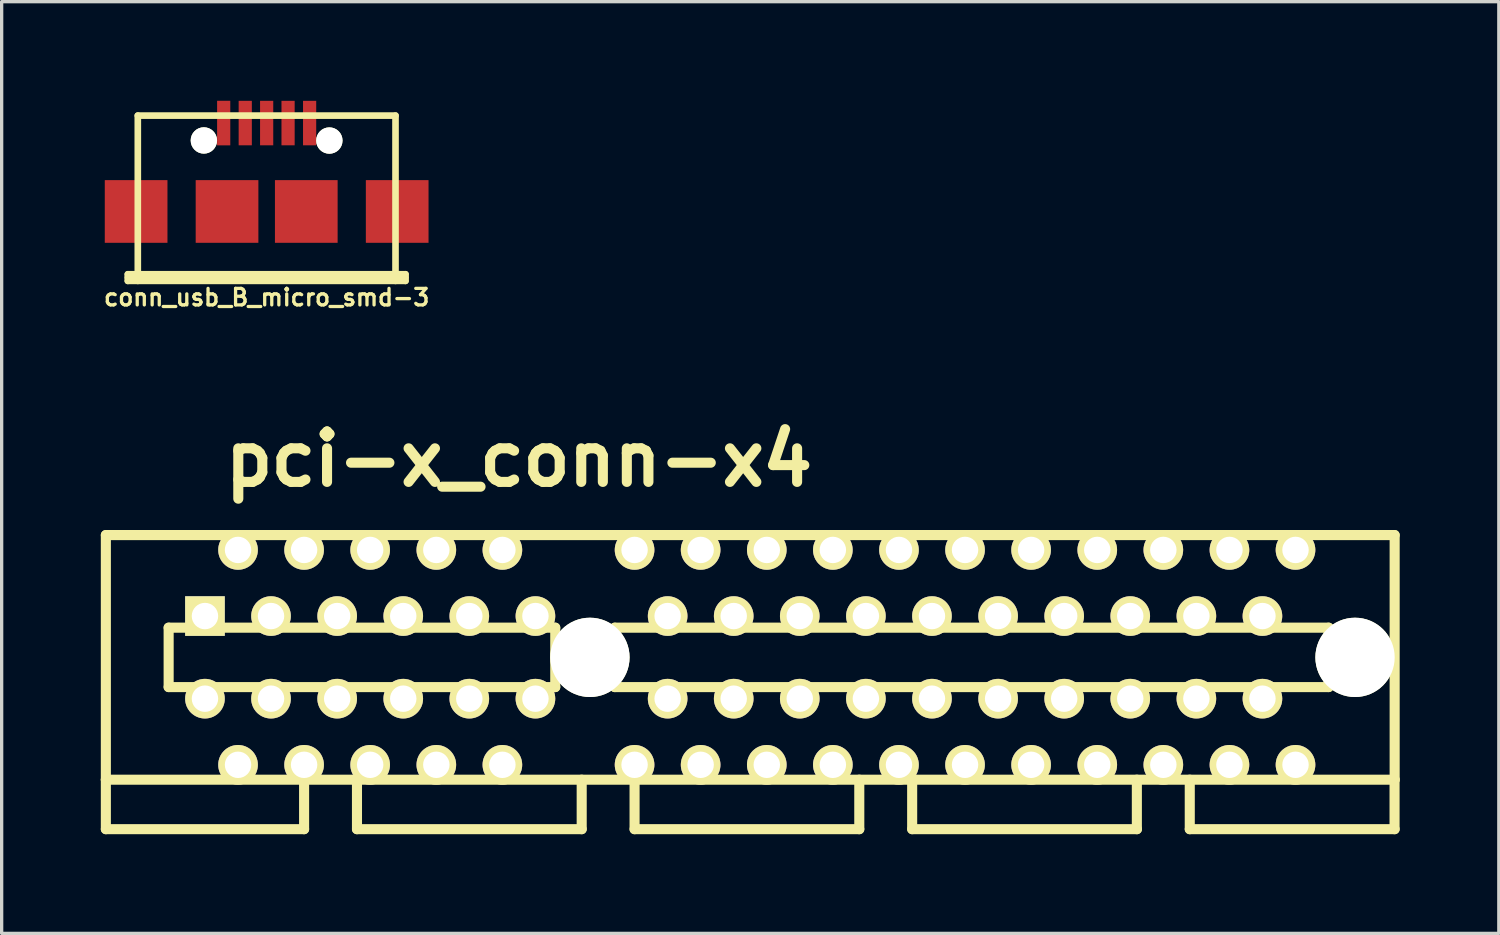
<source format=kicad_pcb>
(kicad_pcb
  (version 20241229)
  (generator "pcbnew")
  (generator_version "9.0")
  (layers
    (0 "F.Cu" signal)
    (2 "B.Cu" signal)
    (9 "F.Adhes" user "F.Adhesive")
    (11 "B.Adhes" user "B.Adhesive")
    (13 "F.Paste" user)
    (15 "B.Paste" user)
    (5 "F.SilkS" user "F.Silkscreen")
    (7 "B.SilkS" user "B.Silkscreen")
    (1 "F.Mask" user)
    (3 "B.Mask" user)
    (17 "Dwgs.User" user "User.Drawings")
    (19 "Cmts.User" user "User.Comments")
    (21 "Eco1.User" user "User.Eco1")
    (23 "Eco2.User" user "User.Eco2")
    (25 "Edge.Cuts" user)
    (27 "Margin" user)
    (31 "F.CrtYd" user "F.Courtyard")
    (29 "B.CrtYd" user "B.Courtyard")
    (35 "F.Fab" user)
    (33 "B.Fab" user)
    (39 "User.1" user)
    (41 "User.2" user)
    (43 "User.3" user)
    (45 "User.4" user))
  (footprint "pci-x_conn-x4"
    (layer "F.Cu")
    (at 12.652 16.842)
    (property "Reference" "pci-x_conn-x4" (at 0 -5.999 0) (layer "F.SilkS") (effects (font (size 1.524 1.524) (thickness 0.305))))
    (attr through_hole)
    (fp_line (start -12.499 -3.701) (end -12.499 3.701) (stroke (width 0.305) (type solid)) (layer "F.SilkS"))
    (fp_line (start -12.499 -3.701) (end 26.5 -3.701) (stroke (width 0.305) (type solid)) (layer "F.SilkS"))
    (fp_line (start -12.499 3.701) (end -12.499 5.199) (stroke (width 0.305) (type solid)) (layer "F.SilkS"))
    (fp_line (start -10.599 -0.899) (end -10.599 0.899) (stroke (width 0.305) (type solid)) (layer "F.SilkS"))
    (fp_line (start -10.599 -0.899) (end 1.1 -0.899) (stroke (width 0.305) (type solid)) (layer "F.SilkS"))
    (fp_line (start -6.5 5.199) (end -12.499 5.199) (stroke (width 0.305) (type solid)) (layer "F.SilkS"))
    (fp_line (start -6.5 5.199) (end -6.5 3.701) (stroke (width 0.305) (type solid)) (layer "F.SilkS"))
    (fp_line (start -4.9 3.701) (end -4.9 5.199) (stroke (width 0.305) (type solid)) (layer "F.SilkS"))
    (fp_line (start -4.9 5.199) (end 1.9 5.199) (stroke (width 0.305) (type solid)) (layer "F.SilkS"))
    (fp_line (start 1.1 0.899) (end -10.599 0.899) (stroke (width 0.305) (type solid)) (layer "F.SilkS"))
    (fp_line (start 1.1 0.899) (end 1.1 -0.899) (stroke (width 0.305) (type solid)) (layer "F.SilkS"))
    (fp_line (start 1.9 5.199) (end 1.9 3.701) (stroke (width 0.305) (type solid)) (layer "F.SilkS"))
    (fp_line (start 2.901 0.899) (end 2.901 -0.899) (stroke (width 0.305) (type solid)) (layer "F.SilkS"))
    (fp_line (start 2.901 0.899) (end 24.501 0.899) (stroke (width 0.305) (type solid)) (layer "F.SilkS"))
    (fp_line (start 3.5 3.701) (end 3.5 5.199) (stroke (width 0.305) (type solid)) (layer "F.SilkS"))
    (fp_line (start 3.5 5.199) (end 10.3 5.199) (stroke (width 0.305) (type solid)) (layer "F.SilkS"))
    (fp_line (start 10.3 5.199) (end 10.3 3.701) (stroke (width 0.305) (type solid)) (layer "F.SilkS"))
    (fp_line (start 11.9 5.199) (end 11.9 3.701) (stroke (width 0.305) (type solid)) (layer "F.SilkS"))
    (fp_line (start 11.902 5.199) (end 18.702 5.199) (stroke (width 0.305) (type solid)) (layer "F.SilkS"))
    (fp_line (start 18.699 5.199) (end 18.699 3.701) (stroke (width 0.305) (type solid)) (layer "F.SilkS"))
    (fp_line (start 20.3 5.199) (end 20.3 3.701) (stroke (width 0.305) (type solid)) (layer "F.SilkS"))
    (fp_line (start 24.501 -0.899) (end 2.901 -0.899) (stroke (width 0.305) (type solid)) (layer "F.SilkS"))
    (fp_line (start 24.503 -0.899) (end 24.503 0.899) (stroke (width 0.305) (type solid)) (layer "F.SilkS"))
    (fp_line (start 26.497 5.199) (end 26.497 3.701) (stroke (width 0.305) (type solid)) (layer "F.SilkS"))
    (fp_line (start 26.5 3.701) (end -12.499 3.701) (stroke (width 0.305) (type solid)) (layer "F.SilkS"))
    (fp_line (start 26.5 3.701) (end 26.5 -3.701) (stroke (width 0.305) (type solid)) (layer "F.SilkS"))
    (fp_line (start 26.5 5.199) (end 20.3 5.199) (stroke (width 0.305) (type solid)) (layer "F.SilkS"))
    (pad "" np_thru_hole circle (at 2.149 0) (size 2.4 2.4) (drill 2.4) (layers "*.Cu" "F.SilkS"))
    (pad "" np_thru_hole circle (at 25.301 0) (size 2.4 2.4) (drill 2.4) (layers "*.Cu" "F.SilkS"))
    (pad "A1" thru_hole rect (at -9.5 -1.25) (size 1.199 1.199) (drill 0.8) (layers "*.Cu" "*.Mask" "F.SilkS"))
    (pad "A2" thru_hole circle (at -8.499 -3.251) (size 1.199 1.199) (drill 0.8) (layers "*.Cu" "*.Mask" "F.SilkS"))
    (pad "A3" thru_hole circle (at -7.501 -1.25) (size 1.199 1.199) (drill 0.8) (layers "*.Cu" "*.Mask" "F.SilkS"))
    (pad "A4" thru_hole circle (at -6.5 -3.251) (size 1.199 1.199) (drill 0.8) (layers "*.Cu" "*.Mask" "F.SilkS"))
    (pad "A5" thru_hole circle (at -5.499 -1.25) (size 1.199 1.199) (drill 0.8) (layers "*.Cu" "*.Mask" "F.SilkS"))
    (pad "A6" thru_hole circle (at -4.501 -3.251) (size 1.199 1.199) (drill 0.8) (layers "*.Cu" "*.Mask" "F.SilkS"))
    (pad "A7" thru_hole circle (at -3.5 -1.25) (size 1.199 1.199) (drill 0.8) (layers "*.Cu" "*.Mask" "F.SilkS"))
    (pad "A8" thru_hole circle (at -2.499 -3.251) (size 1.199 1.199) (drill 0.8) (layers "*.Cu" "*.Mask" "F.SilkS"))
    (pad "A9" thru_hole circle (at -1.501 -1.25) (size 1.199 1.199) (drill 0.8) (layers "*.Cu" "*.Mask" "F.SilkS"))
    (pad "A10" thru_hole circle (at -0.5 -3.251) (size 1.199 1.199) (drill 0.8) (layers "*.Cu" "*.Mask" "F.SilkS"))
    (pad "A11" thru_hole circle (at 0.5 -1.25) (size 1.199 1.199) (drill 0.8) (layers "*.Cu" "*.Mask" "F.SilkS"))
    (pad "A12" thru_hole circle (at 3.5 -3.251) (size 1.199 1.199) (drill 0.8) (layers "*.Cu" "*.Mask" "F.SilkS"))
    (pad "A13" thru_hole circle (at 4.501 -1.25) (size 1.199 1.199) (drill 0.8) (layers "*.Cu" "*.Mask" "F.SilkS"))
    (pad "A14" thru_hole circle (at 5.499 -3.251) (size 1.199 1.199) (drill 0.8) (layers "*.Cu" "*.Mask" "F.SilkS"))
    (pad "A15" thru_hole circle (at 6.5 -1.25) (size 1.199 1.199) (drill 0.8) (layers "*.Cu" "*.Mask" "F.SilkS"))
    (pad "A16" thru_hole circle (at 7.501 -3.251) (size 1.199 1.199) (drill 0.8) (layers "*.Cu" "*.Mask" "F.SilkS"))
    (pad "A17" thru_hole circle (at 8.499 -1.25) (size 1.199 1.199) (drill 0.8) (layers "*.Cu" "*.Mask" "F.SilkS"))
    (pad "A18" thru_hole circle (at 9.5 -3.251) (size 1.199 1.199) (drill 0.8) (layers "*.Cu" "*.Mask" "F.SilkS"))
    (pad "A19" thru_hole circle (at 10.5 -1.25) (size 1.199 1.199) (drill 0.8) (layers "*.Cu" "*.Mask" "F.SilkS"))
    (pad "A20" thru_hole circle (at 11.501 -3.251) (size 1.199 1.199) (drill 0.8) (layers "*.Cu" "*.Mask" "F.SilkS"))
    (pad "A21" thru_hole circle (at 12.499 -1.25) (size 1.199 1.199) (drill 0.8) (layers "*.Cu" "*.Mask" "F.SilkS"))
    (pad "A22" thru_hole circle (at 13.5 -3.251) (size 1.199 1.199) (drill 0.8) (layers "*.Cu" "*.Mask" "F.SilkS"))
    (pad "A23" thru_hole circle (at 14.501 -1.25) (size 1.199 1.199) (drill 0.8) (layers "*.Cu" "*.Mask" "F.SilkS"))
    (pad "A24" thru_hole circle (at 15.499 -3.251) (size 1.199 1.199) (drill 0.8) (layers "*.Cu" "*.Mask" "F.SilkS"))
    (pad "A25" thru_hole circle (at 16.5 -1.25) (size 1.199 1.199) (drill 0.8) (layers "*.Cu" "*.Mask" "F.SilkS"))
    (pad "A26" thru_hole circle (at 17.501 -3.251) (size 1.199 1.199) (drill 0.8) (layers "*.Cu" "*.Mask" "F.SilkS"))
    (pad "A27" thru_hole circle (at 18.499 -1.25) (size 1.199 1.199) (drill 0.8) (layers "*.Cu" "*.Mask" "F.SilkS"))
    (pad "A28" thru_hole circle (at 19.5 -3.251) (size 1.199 1.199) (drill 0.8) (layers "*.Cu" "*.Mask" "F.SilkS"))
    (pad "A29" thru_hole circle (at 20.5 -1.25) (size 1.199 1.199) (drill 0.8) (layers "*.Cu" "*.Mask" "F.SilkS"))
    (pad "A30" thru_hole circle (at 21.501 -3.251) (size 1.199 1.199) (drill 0.8) (layers "*.Cu" "*.Mask" "F.SilkS"))
    (pad "A31" thru_hole circle (at 22.499 -1.25) (size 1.199 1.199) (drill 0.8) (layers "*.Cu" "*.Mask" "F.SilkS"))
    (pad "A32" thru_hole circle (at 23.5 -3.251) (size 1.199 1.199) (drill 0.8) (layers "*.Cu" "*.Mask" "F.SilkS"))
    (pad "B1" thru_hole circle (at -9.5 1.25) (size 1.199 1.199) (drill 0.8) (layers "*.Cu" "*.Mask" "F.SilkS"))
    (pad "B2" thru_hole circle (at -8.499 3.251) (size 1.199 1.199) (drill 0.8) (layers "*.Cu" "*.Mask" "F.SilkS"))
    (pad "B3" thru_hole circle (at -7.501 1.25) (size 1.199 1.199) (drill 0.8) (layers "*.Cu" "*.Mask" "F.SilkS"))
    (pad "B4" thru_hole circle (at -6.5 3.251) (size 1.199 1.199) (drill 0.8) (layers "*.Cu" "*.Mask" "F.SilkS"))
    (pad "B5" thru_hole circle (at -5.499 1.25) (size 1.199 1.199) (drill 0.8) (layers "*.Cu" "*.Mask" "F.SilkS"))
    (pad "B6" thru_hole circle (at -4.501 3.251) (size 1.199 1.199) (drill 0.8) (layers "*.Cu" "*.Mask" "F.SilkS"))
    (pad "B7" thru_hole circle (at -3.5 1.25) (size 1.199 1.199) (drill 0.8) (layers "*.Cu" "*.Mask" "F.SilkS"))
    (pad "B8" thru_hole circle (at -2.499 3.251) (size 1.199 1.199) (drill 0.8) (layers "*.Cu" "*.Mask" "F.SilkS"))
    (pad "B9" thru_hole circle (at -1.501 1.25) (size 1.199 1.199) (drill 0.8) (layers "*.Cu" "*.Mask" "F.SilkS"))
    (pad "B10" thru_hole circle (at -0.5 3.251) (size 1.199 1.199) (drill 0.8) (layers "*.Cu" "*.Mask" "F.SilkS"))
    (pad "B11" thru_hole circle (at 0.5 1.25) (size 1.199 1.199) (drill 0.8) (layers "*.Cu" "*.Mask" "F.SilkS"))
    (pad "B12" thru_hole circle (at 3.5 3.251) (size 1.199 1.199) (drill 0.8) (layers "*.Cu" "*.Mask" "F.SilkS"))
    (pad "B13" thru_hole circle (at 4.501 1.25) (size 1.199 1.199) (drill 0.8) (layers "*.Cu" "*.Mask" "F.SilkS"))
    (pad "B14" thru_hole circle (at 5.499 3.251) (size 1.199 1.199) (drill 0.8) (layers "*.Cu" "*.Mask" "F.SilkS"))
    (pad "B15" thru_hole circle (at 6.5 1.25) (size 1.199 1.199) (drill 0.8) (layers "*.Cu" "*.Mask" "F.SilkS"))
    (pad "B16" thru_hole circle (at 7.501 3.251) (size 1.199 1.199) (drill 0.8) (layers "*.Cu" "*.Mask" "F.SilkS"))
    (pad "B17" thru_hole circle (at 8.499 1.25) (size 1.199 1.199) (drill 0.8) (layers "*.Cu" "*.Mask" "F.SilkS"))
    (pad "B18" thru_hole circle (at 9.5 3.251) (size 1.199 1.199) (drill 0.8) (layers "*.Cu" "*.Mask" "F.SilkS"))
    (pad "B19" thru_hole circle (at 10.5 1.25) (size 1.199 1.199) (drill 0.8) (layers "*.Cu" "*.Mask" "F.SilkS"))
    (pad "B20" thru_hole circle (at 11.501 3.251) (size 1.199 1.199) (drill 0.8) (layers "*.Cu" "*.Mask" "F.SilkS"))
    (pad "B21" thru_hole circle (at 12.499 1.25) (size 1.199 1.199) (drill 0.8) (layers "*.Cu" "*.Mask" "F.SilkS"))
    (pad "B22" thru_hole circle (at 13.5 3.251) (size 1.199 1.199) (drill 0.8) (layers "*.Cu" "*.Mask" "F.SilkS"))
    (pad "B23" thru_hole circle (at 14.501 1.25) (size 1.199 1.199) (drill 0.8) (layers "*.Cu" "*.Mask" "F.SilkS"))
    (pad "B24" thru_hole circle (at 15.499 3.251) (size 1.199 1.199) (drill 0.8) (layers "*.Cu" "*.Mask" "F.SilkS"))
    (pad "B25" thru_hole circle (at 16.5 1.25) (size 1.199 1.199) (drill 0.8) (layers "*.Cu" "*.Mask" "F.SilkS"))
    (pad "B26" thru_hole circle (at 17.501 3.251) (size 1.199 1.199) (drill 0.8) (layers "*.Cu" "*.Mask" "F.SilkS"))
    (pad "B27" thru_hole circle (at 18.499 1.25) (size 1.199 1.199) (drill 0.8) (layers "*.Cu" "*.Mask" "F.SilkS"))
    (pad "B28" thru_hole circle (at 19.5 3.251) (size 1.199 1.199) (drill 0.8) (layers "*.Cu" "*.Mask" "F.SilkS"))
    (pad "B29" thru_hole circle (at 20.5 1.25) (size 1.199 1.199) (drill 0.8) (layers "*.Cu" "*.Mask" "F.SilkS"))
    (pad "B30" thru_hole circle (at 21.501 3.251) (size 1.199 1.199) (drill 0.8) (layers "*.Cu" "*.Mask" "F.SilkS"))
    (pad "B31" thru_hole circle (at 22.499 1.25) (size 1.199 1.199) (drill 0.8) (layers "*.Cu" "*.Mask" "F.SilkS"))
    (pad "B32" thru_hole circle (at 23.5 3.251) (size 1.199 1.199) (drill 0.8) (layers "*.Cu" "*.Mask" "F.SilkS")))
  (footprint "conn_usb_B_micro_smd-3"
    (layer "F.Cu")
    (at 5.019 3.349)
    (property "Reference" "conn_usb_B_micro_smd-3" (at 0 2.601 0) (layer "F.SilkS") (effects (font (size 0.5 0.5) (thickness 0.099))))
    (attr smd)
    (fp_line (start -4.201 1.9) (end -4.201 2.101) (stroke (width 0.201) (type solid)) (layer "F.SilkS"))
    (fp_line (start -4.201 1.999) (end 4.201 1.999) (stroke (width 0.201) (type solid)) (layer "F.SilkS"))
    (fp_line (start -4.201 2.101) (end 4.201 2.101) (stroke (width 0.201) (type solid)) (layer "F.SilkS"))
    (fp_line (start -3.899 -2.901) (end 3.899 -2.901) (stroke (width 0.201) (type solid)) (layer "F.SilkS"))
    (fp_line (start -3.899 2.101) (end -3.899 -2.901) (stroke (width 0.201) (type solid)) (layer "F.SilkS"))
    (fp_line (start 3.899 -2.901) (end 3.899 2.101) (stroke (width 0.201) (type solid)) (layer "F.SilkS"))
    (fp_line (start 4.201 1.9) (end -4.201 1.9) (stroke (width 0.201) (type solid)) (layer "F.SilkS"))
    (fp_line (start 4.201 2.101) (end 4.201 1.9) (stroke (width 0.201) (type solid)) (layer "F.SilkS"))
    (pad "" smd rect (at -3.95 0) (size 1.897 1.897) (layers "F.Cu" "F.Mask" "F.Paste"))
    (pad "" np_thru_hole circle (at -1.9 -2.149) (size 0.798 0.798) (drill 0.798) (layers "*.Cu" "*.Mask" "F.SilkS"))
    (pad "" smd rect (at -1.199 0) (size 1.897 1.897) (layers "F.Cu" "F.Mask" "F.Paste"))
    (pad "" smd rect (at 1.199 0) (size 1.897 1.897) (layers "F.Cu" "F.Mask" "F.Paste"))
    (pad "" np_thru_hole circle (at 1.897 -2.146) (size 0.798 0.798) (drill 0.798) (layers "*.Cu" "*.Mask" "F.SilkS"))
    (pad "" smd rect (at 3.95 0) (size 1.897 1.897) (layers "F.Cu" "F.Mask" "F.Paste"))
    (pad "1" smd rect (at -1.3 -2.675) (size 0.399 1.349) (layers "F.Cu" "F.Mask" "F.Paste"))
    (pad "2" smd rect (at -0.648 -2.675) (size 0.399 1.346) (layers "F.Cu" "F.Mask" "F.Paste"))
    (pad "3" smd rect (at 0 -2.675) (size 0.399 1.346) (layers "F.Cu" "F.Mask" "F.Paste"))
    (pad "4" smd rect (at 0.648 -2.675) (size 0.399 1.346) (layers "F.Cu" "F.Mask" "F.Paste"))
    (pad "5" smd rect (at 1.3 -2.675) (size 0.399 1.346) (layers "F.Cu" "F.Mask" "F.Paste")))
  (gr_rect
    (start -3 -3)
    (end 42.304 25.194)
    (stroke (width 0.1) (type default))
    (fill no)
    (layer "Edge.Cuts")))
</source>
